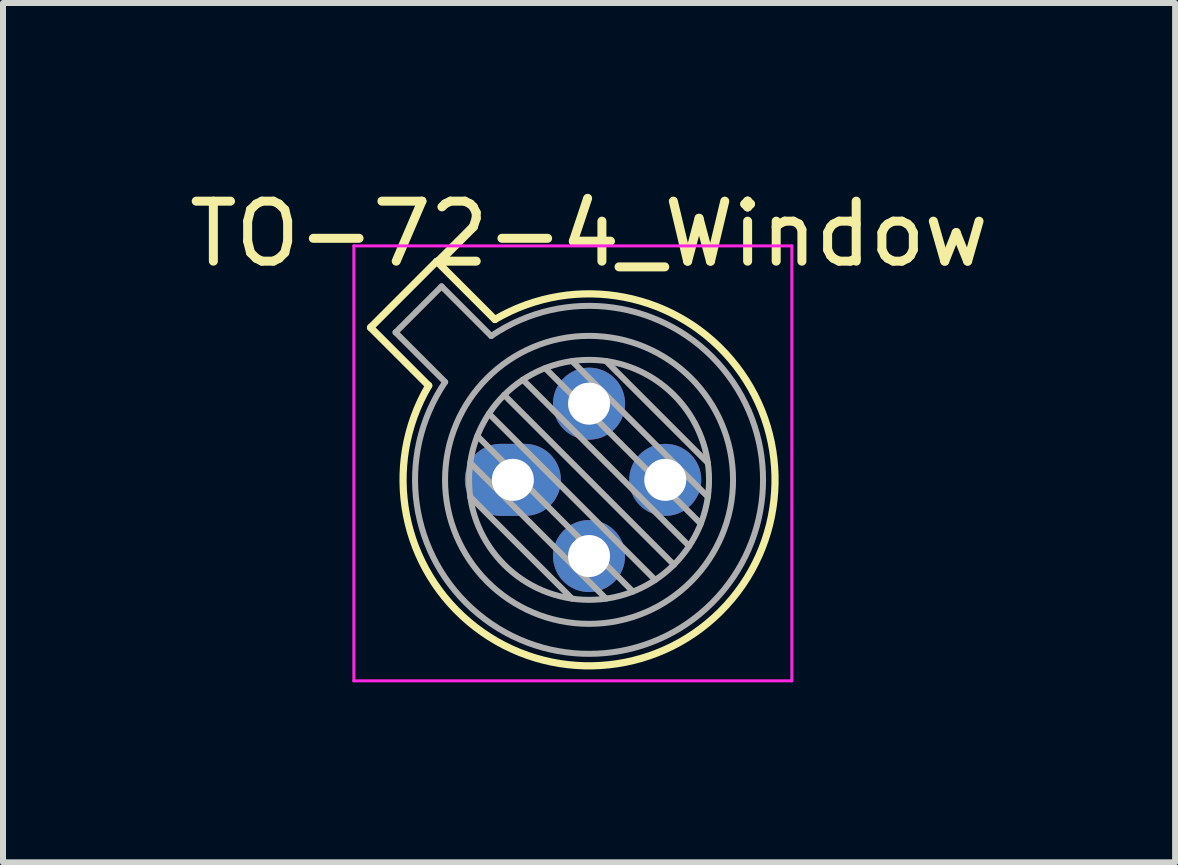
<source format=kicad_pcb>
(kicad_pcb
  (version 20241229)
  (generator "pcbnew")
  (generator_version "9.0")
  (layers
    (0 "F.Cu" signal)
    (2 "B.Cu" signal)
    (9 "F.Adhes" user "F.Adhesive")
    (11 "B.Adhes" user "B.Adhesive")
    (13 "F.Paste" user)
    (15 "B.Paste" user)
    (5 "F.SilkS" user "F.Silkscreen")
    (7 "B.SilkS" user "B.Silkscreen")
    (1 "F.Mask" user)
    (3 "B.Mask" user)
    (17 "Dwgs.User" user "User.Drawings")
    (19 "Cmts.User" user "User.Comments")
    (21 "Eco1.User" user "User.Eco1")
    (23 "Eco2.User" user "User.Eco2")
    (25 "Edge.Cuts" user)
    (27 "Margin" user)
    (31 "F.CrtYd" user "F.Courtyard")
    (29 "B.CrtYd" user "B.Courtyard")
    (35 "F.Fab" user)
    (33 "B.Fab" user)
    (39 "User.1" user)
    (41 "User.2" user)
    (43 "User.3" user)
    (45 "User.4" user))
  (footprint "TO-72-4_Window"
    (layer "F.Cu")
    (at 5.498 4.948)
    (property "Reference" "TO-72-4_Window" (at 1.27 -4.1 0) (layer "F.SilkS") (effects (font (size 1 1) (thickness 0.15))))
    (attr through_hole)
    (fp_line (start -2.372 -2.539) (end -1.403 -1.57) (stroke (width 0.12) (type solid)) (layer "F.SilkS"))
    (fp_line (start -1.269 -3.642) (end -2.372 -2.539) (stroke (width 0.12) (type solid)) (layer "F.SilkS"))
    (fp_line (start -0.3 -2.673) (end -1.269 -3.642) (stroke (width 0.12) (type solid)) (layer "F.SilkS"))
    (fp_arc (start -0.299966 -2.673052) (mid 3.461152 2.19291) (end -1.401792 -1.572109) (stroke (width 0.12) (type solid)) (layer "F.SilkS"))
    (fp_line (start -2.65 -3.9) (end -2.65 3.35) (stroke (width 0.05) (type solid)) (layer "F.CrtYd"))
    (fp_line (start -2.65 3.35) (end 4.65 3.35) (stroke (width 0.05) (type solid)) (layer "F.CrtYd"))
    (fp_line (start 4.65 -3.9) (end -2.65 -3.9) (stroke (width 0.05) (type solid)) (layer "F.CrtYd"))
    (fp_line (start 4.65 3.35) (end 4.65 -3.9) (stroke (width 0.05) (type solid)) (layer "F.CrtYd"))
    (fp_line (start -1.955 -2.458) (end -1.128 -1.631) (stroke (width 0.1) (type solid)) (layer "F.Fab"))
    (fp_line (start -1.188 -3.225) (end -1.955 -2.458) (stroke (width 0.1) (type solid)) (layer "F.Fab"))
    (fp_line (start -0.71 -0.283) (end 1.553 1.98) (stroke (width 0.1) (type solid)) (layer "F.Fab"))
    (fp_line (start -0.71 0.283) (end 0.987 1.98) (stroke (width 0.1) (type solid)) (layer "F.Fab"))
    (fp_line (start -0.592 -0.731) (end 2.001 1.862) (stroke (width 0.1) (type solid)) (layer "F.Fab"))
    (fp_line (start -0.399 -1.103) (end 2.373 1.669) (stroke (width 0.1) (type solid)) (layer "F.Fab"))
    (fp_line (start -0.361 -2.398) (end -1.188 -3.225) (stroke (width 0.1) (type solid)) (layer "F.Fab"))
    (fp_line (start -0.145 -1.415) (end 2.685 1.415) (stroke (width 0.1) (type solid)) (layer "F.Fab"))
    (fp_line (start 0.167 -1.669) (end 2.939 1.103) (stroke (width 0.1) (type solid)) (layer "F.Fab"))
    (fp_line (start 0.539 -1.862) (end 3.132 0.731) (stroke (width 0.1) (type solid)) (layer "F.Fab"))
    (fp_line (start 0.987 -1.98) (end 3.25 0.283) (stroke (width 0.1) (type solid)) (layer "F.Fab"))
    (fp_line (start 1.553 -1.98) (end 3.25 -0.283) (stroke (width 0.1) (type solid)) (layer "F.Fab"))
    (fp_arc (start -0.360736 -2.398061) (mid 3.321203 2.050015) (end -1.129005 -1.629347) (stroke (width 0.1) (type solid)) (layer "F.Fab"))
    (fp_circle (center 1.27 0) (end 3.27 0) (stroke (width 0.1) (type solid)) (fill no) (layer "F.Fab"))
    (fp_circle (center 1.27 0) (end 3.67 0) (stroke (width 0.1) (type solid)) (fill no) (layer "F.Fab"))
    (pad "1" thru_hole oval (at 0 0) (size 1.6 1.2) (drill 0.7) (layers "*.Cu" "*.Mask"))
    (pad "2" thru_hole oval (at 1.27 1.27) (size 1.2 1.2) (drill 0.7) (layers "*.Cu" "*.Mask"))
    (pad "3" thru_hole oval (at 2.54 0) (size 1.2 1.2) (drill 0.7) (layers "*.Cu" "*.Mask"))
    (pad "4" thru_hole oval (at 1.27 -1.27) (size 1.2 1.2) (drill 0.7) (layers "*.Cu" "*.Mask")))
  (gr_rect
    (start -3 -3)
    (end 16.536 11.323)
    (stroke (width 0.1) (type default))
    (fill no)
    (layer "Edge.Cuts")))
</source>
